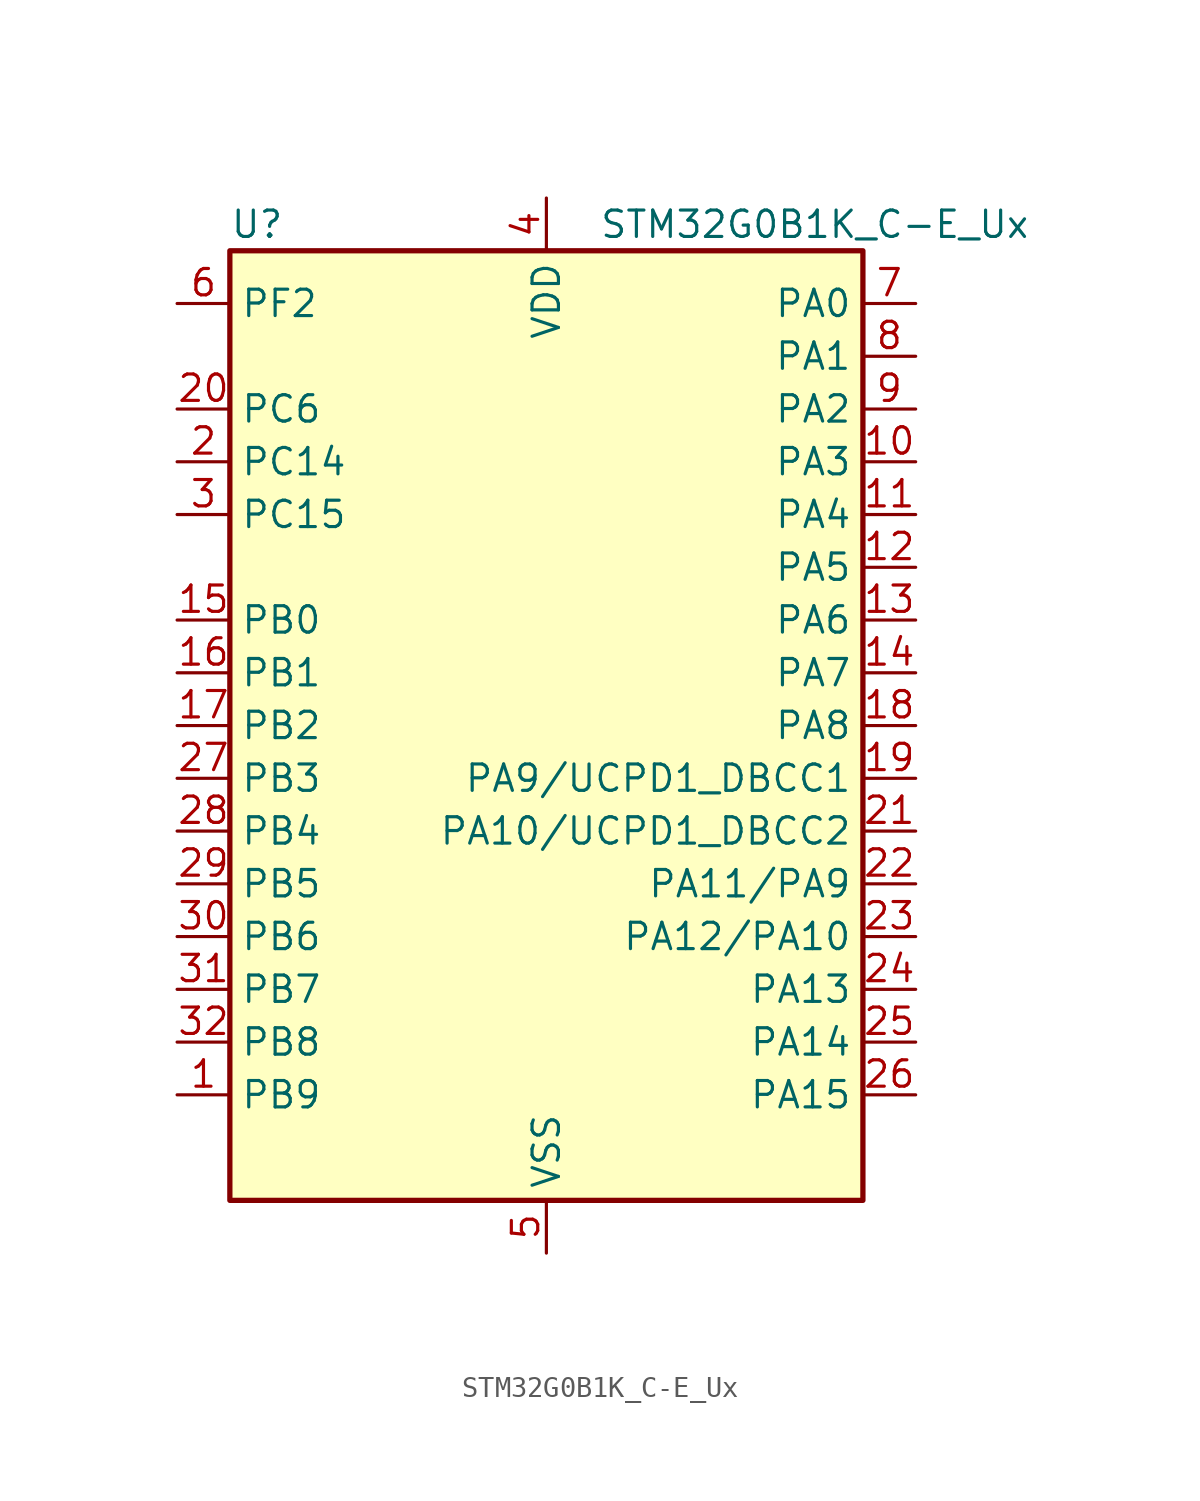
<source format=kicad_sym>
(kicad_symbol_lib
  (version 20211014)
  (generator kicad-library-utils)
  (symbol "STM32G0B1K_C-E_Ux"
    (property "Reference" "U"
      (at -15.24 24.13 0)
      (effects (font (size 1.27 1.27)) (justify left)))
    (property "Value" "STM32G0B1K_C-E_Ux"
      (at 2.54 24.13 0)
      (effects (font (size 1.27 1.27)) (justify left)))
    (property "ki_fp_filters" "QFN*1EP*5x5mm*P0.5mm*"
      (at 0.0 0.0 0.0)
      (effects (font (size 1.27 1.27))))
    (symbol "STM32G0B1K_C-E_Ux_0_1"
      (rectangle (start -15.24 -22.86) (end 15.24 22.86) (stroke (width 0.254)) (fill (type background))))
    (symbol "STM32G0B1K_C-E_Ux_1_1"
      (pin bidirectional line (at -17.78 20.32 0) (length 2.54) (name "PF2" (effects (font (size 1.27 1.27)))) (number "6" (effects (font (size 1.27 1.27)))) (alternate "LPUART2_DE" bidirectional line) (alternate "LPUART2_RTS" bidirectional line) (alternate "LPUART2_TX" bidirectional line) (alternate "RCC_MCO" bidirectional line))
      (pin bidirectional line (at -17.78 15.24 0) (length 2.54) (name "PC6" (effects (font (size 1.27 1.27)))) (number "20" (effects (font (size 1.27 1.27)))) (alternate "LPUART2_TX" bidirectional line) (alternate "TIM2_CH3" bidirectional line) (alternate "TIM3_CH1" bidirectional line) (alternate "UCPD1_FRSTX1" bidirectional line) (alternate "UCPD1_FRSTX2" bidirectional line))
      (pin bidirectional line (at -17.78 12.7 0) (length 2.54) (name "PC14" (effects (font (size 1.27 1.27)))) (number "2" (effects (font (size 1.27 1.27)))) (alternate "RCC_OSC32_IN" bidirectional line) (alternate "RCC_OSC_IN" bidirectional line) (alternate "TIM1_BK2" bidirectional line))
      (pin bidirectional line (at -17.78 10.16 0) (length 2.54) (name "PC15" (effects (font (size 1.27 1.27)))) (number "3" (effects (font (size 1.27 1.27)))) (alternate "RCC_OSC32_EN" bidirectional line) (alternate "RCC_OSC32_OUT" bidirectional line) (alternate "RCC_OSC_EN" bidirectional line) (alternate "TIM15_BK" bidirectional line))
      (pin bidirectional line (at -17.78 5.08 0) (length 2.54) (name "PB0" (effects (font (size 1.27 1.27)))) (number "15" (effects (font (size 1.27 1.27)))) (alternate "ADC1_IN8" bidirectional line) (alternate "COMP1_OUT" bidirectional line) (alternate "COMP3_INP" bidirectional line) (alternate "FDCAN2_RX" bidirectional line) (alternate "I2S1_WS" bidirectional line) (alternate "LPTIM1_OUT" bidirectional line) (alternate "LPUART2_CTS" bidirectional line) (alternate "SPI1_NSS" bidirectional line) (alternate "TIM1_CH2N" bidirectional line) (alternate "TIM3_CH3" bidirectional line) (alternate "UCPD1_FRSTX1" bidirectional line) (alternate "UCPD1_FRSTX2" bidirectional line) (alternate "USART3_RX" bidirectional line) (alternate "USART5_TX" bidirectional line))
      (pin bidirectional line (at -17.78 2.54 0) (length 2.54) (name "PB1" (effects (font (size 1.27 1.27)))) (number "16" (effects (font (size 1.27 1.27)))) (alternate "ADC1_IN9" bidirectional line) (alternate "COMP1_INM" bidirectional line) (alternate "COMP3_OUT" bidirectional line) (alternate "FDCAN2_TX" bidirectional line) (alternate "LPTIM2_IN1" bidirectional line) (alternate "LPUART1_DE" bidirectional line) (alternate "LPUART1_RTS" bidirectional line) (alternate "LPUART2_DE" bidirectional line) (alternate "LPUART2_RTS" bidirectional line) (alternate "TIM14_CH1" bidirectional line) (alternate "TIM1_CH3N" bidirectional line) (alternate "TIM3_CH4" bidirectional line) (alternate "USART3_CK" bidirectional line) (alternate "USART3_DE" bidirectional line) (alternate "USART3_RTS" bidirectional line) (alternate "USART5_RX" bidirectional line))
      (pin bidirectional line (at -17.78 0.0 0) (length 2.54) (name "PB2" (effects (font (size 1.27 1.27)))) (number "17" (effects (font (size 1.27 1.27)))) (alternate "ADC1_IN10" bidirectional line) (alternate "COMP1_INP" bidirectional line) (alternate "COMP3_INM" bidirectional line) (alternate "I2S2_MCK" bidirectional line) (alternate "LPTIM1_OUT" bidirectional line) (alternate "RCC_MCO_2" bidirectional line) (alternate "SPI2_MISO" bidirectional line) (alternate "USART3_TX" bidirectional line))
      (pin bidirectional line (at -17.78 -2.54 0) (length 2.54) (name "PB3" (effects (font (size 1.27 1.27)))) (number "27" (effects (font (size 1.27 1.27)))) (alternate "COMP2_INM" bidirectional line) (alternate "I2C2_SCL" bidirectional line) (alternate "I2C3_SCL" bidirectional line) (alternate "I2S1_CK" bidirectional line) (alternate "SPI1_SCK" bidirectional line) (alternate "SPI3_SCK" bidirectional line) (alternate "TIM1_CH2" bidirectional line) (alternate "TIM2_CH2" bidirectional line) (alternate "USART1_CK" bidirectional line) (alternate "USART1_DE" bidirectional line) (alternate "USART1_RTS" bidirectional line) (alternate "USART5_TX" bidirectional line))
      (pin bidirectional line (at -17.78 -5.08 0) (length 2.54) (name "PB4" (effects (font (size 1.27 1.27)))) (number "28" (effects (font (size 1.27 1.27)))) (alternate "COMP2_INP" bidirectional line) (alternate "I2C2_SDA" bidirectional line) (alternate "I2C3_SDA" bidirectional line) (alternate "I2S1_MCK" bidirectional line) (alternate "SPI1_MISO" bidirectional line) (alternate "SPI3_MISO" bidirectional line) (alternate "TIM17_BK" bidirectional line) (alternate "TIM3_CH1" bidirectional line) (alternate "USART1_CTS" bidirectional line) (alternate "USART1_NSS" bidirectional line) (alternate "USART5_RX" bidirectional line))
      (pin bidirectional line (at -17.78 -7.62 0) (length 2.54) (name "PB5" (effects (font (size 1.27 1.27)))) (number "29" (effects (font (size 1.27 1.27)))) (alternate "COMP2_OUT" bidirectional line) (alternate "FDCAN2_RX" bidirectional line) (alternate "I2C1_SMBA" bidirectional line) (alternate "I2S1_SD" bidirectional line) (alternate "LPTIM1_IN1" bidirectional line) (alternate "SPI1_MOSI" bidirectional line) (alternate "SPI3_MOSI" bidirectional line) (alternate "SYS_WKUP6" bidirectional line) (alternate "TIM16_BK" bidirectional line) (alternate "TIM3_CH2" bidirectional line) (alternate "USART5_CK" bidirectional line) (alternate "USART5_DE" bidirectional line) (alternate "USART5_RTS" bidirectional line))
      (pin bidirectional line (at -17.78 -10.16 0) (length 2.54) (name "PB6" (effects (font (size 1.27 1.27)))) (number "30" (effects (font (size 1.27 1.27)))) (alternate "COMP2_INP" bidirectional line) (alternate "FDCAN2_TX" bidirectional line) (alternate "I2C1_SCL" bidirectional line) (alternate "I2S2_MCK" bidirectional line) (alternate "LPTIM1_ETR" bidirectional line) (alternate "LPUART2_TX" bidirectional line) (alternate "SPI2_MISO" bidirectional line) (alternate "TIM16_CH1N" bidirectional line) (alternate "TIM1_CH3" bidirectional line) (alternate "TIM4_CH1" bidirectional line) (alternate "USART1_TX" bidirectional line) (alternate "USART5_CTS" bidirectional line) (alternate "USART5_NSS" bidirectional line))
      (pin bidirectional line (at -17.78 -12.7 0) (length 2.54) (name "PB7" (effects (font (size 1.27 1.27)))) (number "31" (effects (font (size 1.27 1.27)))) (alternate "COMP2_INM" bidirectional line) (alternate "I2C1_SDA" bidirectional line) (alternate "I2S2_SD" bidirectional line) (alternate "LPTIM1_IN2" bidirectional line) (alternate "LPUART2_RX" bidirectional line) (alternate "SPI2_MOSI" bidirectional line) (alternate "SYS_PVD_IN" bidirectional line) (alternate "TIM17_CH1N" bidirectional line) (alternate "TIM4_CH2" bidirectional line) (alternate "USART1_RX" bidirectional line) (alternate "USART4_CTS" bidirectional line) (alternate "USART4_NSS" bidirectional line))
      (pin bidirectional line (at -17.78 -15.24 0) (length 2.54) (name "PB8" (effects (font (size 1.27 1.27)))) (number "32" (effects (font (size 1.27 1.27)))) (alternate "CEC" bidirectional line) (alternate "FDCAN1_RX" bidirectional line) (alternate "I2C1_SCL" bidirectional line) (alternate "I2S2_CK" bidirectional line) (alternate "SPI2_SCK" bidirectional line) (alternate "TIM15_BK" bidirectional line) (alternate "TIM16_CH1" bidirectional line) (alternate "TIM4_CH3" bidirectional line) (alternate "USART3_TX" bidirectional line) (alternate "USART6_TX" bidirectional line))
      (pin bidirectional line (at -17.78 -17.78 0) (length 2.54) (name "PB9" (effects (font (size 1.27 1.27)))) (number "1" (effects (font (size 1.27 1.27)))) (alternate "DAC1_EXTI9" bidirectional line) (alternate "FDCAN1_TX" bidirectional line) (alternate "I2C1_SDA" bidirectional line) (alternate "I2S2_WS" bidirectional line) (alternate "IR_OUT" bidirectional line) (alternate "SPI2_NSS" bidirectional line) (alternate "TIM17_CH1" bidirectional line) (alternate "TIM4_CH4" bidirectional line) (alternate "USART3_RX" bidirectional line) (alternate "USART6_RX" bidirectional line))
      (pin bidirectional line (at 17.78 20.32 180) (length 2.54) (name "PA0" (effects (font (size 1.27 1.27)))) (number "7" (effects (font (size 1.27 1.27)))) (alternate "ADC1_IN0" bidirectional line) (alternate "COMP1_INM" bidirectional line) (alternate "COMP1_OUT" bidirectional line) (alternate "I2S2_CK" bidirectional line) (alternate "LPTIM1_OUT" bidirectional line) (alternate "RTC_TAMP_IN2" bidirectional line) (alternate "SPI2_SCK" bidirectional line) (alternate "SYS_WKUP1" bidirectional line) (alternate "TIM2_CH1" bidirectional line) (alternate "TIM2_ETR" bidirectional line) (alternate "USART2_CTS" bidirectional line) (alternate "USART2_NSS" bidirectional line) (alternate "USART4_TX" bidirectional line))
      (pin bidirectional line (at 17.78 17.78 180) (length 2.54) (name "PA1" (effects (font (size 1.27 1.27)))) (number "8" (effects (font (size 1.27 1.27)))) (alternate "ADC1_IN1" bidirectional line) (alternate "COMP1_INP" bidirectional line) (alternate "I2C1_SMBA" bidirectional line) (alternate "I2S1_CK" bidirectional line) (alternate "SPI1_SCK" bidirectional line) (alternate "TIM15_CH1N" bidirectional line) (alternate "TIM2_CH2" bidirectional line) (alternate "USART2_CK" bidirectional line) (alternate "USART2_DE" bidirectional line) (alternate "USART2_RTS" bidirectional line) (alternate "USART4_RX" bidirectional line))
      (pin bidirectional line (at 17.78 15.24 180) (length 2.54) (name "PA2" (effects (font (size 1.27 1.27)))) (number "9" (effects (font (size 1.27 1.27)))) (alternate "ADC1_IN2" bidirectional line) (alternate "COMP2_INM" bidirectional line) (alternate "COMP2_OUT" bidirectional line) (alternate "I2S1_SD" bidirectional line) (alternate "LPUART1_TX" bidirectional line) (alternate "RCC_LSCO" bidirectional line) (alternate "SPI1_MOSI" bidirectional line) (alternate "SYS_WKUP4" bidirectional line) (alternate "TIM15_CH1" bidirectional line) (alternate "TIM2_CH3" bidirectional line) (alternate "UCPD1_FRSTX1" bidirectional line) (alternate "UCPD1_FRSTX2" bidirectional line) (alternate "USART2_TX" bidirectional line))
      (pin bidirectional line (at 17.78 12.7 180) (length 2.54) (name "PA3" (effects (font (size 1.27 1.27)))) (number "10" (effects (font (size 1.27 1.27)))) (alternate "ADC1_IN3" bidirectional line) (alternate "COMP2_INP" bidirectional line) (alternate "I2S2_MCK" bidirectional line) (alternate "LPUART1_RX" bidirectional line) (alternate "SPI2_MISO" bidirectional line) (alternate "TIM15_CH2" bidirectional line) (alternate "TIM2_CH4" bidirectional line) (alternate "USART2_RX" bidirectional line))
      (pin bidirectional line (at 17.78 10.16 180) (length 2.54) (name "PA4" (effects (font (size 1.27 1.27)))) (number "11" (effects (font (size 1.27 1.27)))) (alternate "ADC1_IN4" bidirectional line) (alternate "DAC1_OUT1" bidirectional line) (alternate "I2S1_WS" bidirectional line) (alternate "I2S2_SD" bidirectional line) (alternate "LPTIM2_OUT" bidirectional line) (alternate "RTC_OUT1" bidirectional line) (alternate "RTC_TAMP_IN1" bidirectional line) (alternate "RTC_TS" bidirectional line) (alternate "SPI1_NSS" bidirectional line) (alternate "SPI2_MOSI" bidirectional line) (alternate "SPI3_NSS" bidirectional line) (alternate "SYS_WKUP2" bidirectional line) (alternate "TIM14_CH1" bidirectional line) (alternate "USART6_TX" bidirectional line) (alternate "USB_NOE" bidirectional line))
      (pin bidirectional line (at 17.78 7.62 180) (length 2.54) (name "PA5" (effects (font (size 1.27 1.27)))) (number "12" (effects (font (size 1.27 1.27)))) (alternate "ADC1_IN5" bidirectional line) (alternate "CEC" bidirectional line) (alternate "DAC1_OUT2" bidirectional line) (alternate "I2S1_CK" bidirectional line) (alternate "LPTIM2_ETR" bidirectional line) (alternate "SPI1_SCK" bidirectional line) (alternate "TIM2_CH1" bidirectional line) (alternate "TIM2_ETR" bidirectional line) (alternate "UCPD1_FRSTX1" bidirectional line) (alternate "UCPD1_FRSTX2" bidirectional line) (alternate "USART3_TX" bidirectional line) (alternate "USART6_RX" bidirectional line))
      (pin bidirectional line (at 17.78 5.08 180) (length 2.54) (name "PA6" (effects (font (size 1.27 1.27)))) (number "13" (effects (font (size 1.27 1.27)))) (alternate "ADC1_IN6" bidirectional line) (alternate "COMP1_OUT" bidirectional line) (alternate "I2C2_SDA" bidirectional line) (alternate "I2C3_SDA" bidirectional line) (alternate "I2S1_MCK" bidirectional line) (alternate "LPUART1_CTS" bidirectional line) (alternate "SPI1_MISO" bidirectional line) (alternate "TIM16_CH1" bidirectional line) (alternate "TIM1_BK" bidirectional line) (alternate "TIM3_CH1" bidirectional line) (alternate "USART3_CTS" bidirectional line) (alternate "USART3_NSS" bidirectional line) (alternate "USART6_CTS" bidirectional line) (alternate "USART6_NSS" bidirectional line))
      (pin bidirectional line (at 17.78 2.54 180) (length 2.54) (name "PA7" (effects (font (size 1.27 1.27)))) (number "14" (effects (font (size 1.27 1.27)))) (alternate "ADC1_IN7" bidirectional line) (alternate "COMP2_OUT" bidirectional line) (alternate "I2C2_SCL" bidirectional line) (alternate "I2C3_SCL" bidirectional line) (alternate "I2S1_SD" bidirectional line) (alternate "SPI1_MOSI" bidirectional line) (alternate "TIM14_CH1" bidirectional line) (alternate "TIM17_CH1" bidirectional line) (alternate "TIM1_CH1N" bidirectional line) (alternate "TIM3_CH2" bidirectional line) (alternate "UCPD1_FRSTX1" bidirectional line) (alternate "UCPD1_FRSTX2" bidirectional line) (alternate "USART6_CK" bidirectional line) (alternate "USART6_DE" bidirectional line) (alternate "USART6_RTS" bidirectional line))
      (pin bidirectional line (at 17.78 0.0 180) (length 2.54) (name "PA8" (effects (font (size 1.27 1.27)))) (number "18" (effects (font (size 1.27 1.27)))) (alternate "CRS1_SYNC" bidirectional line) (alternate "I2C2_SMBA" bidirectional line) (alternate "I2S2_WS" bidirectional line) (alternate "LPTIM2_OUT" bidirectional line) (alternate "RCC_MCO" bidirectional line) (alternate "SPI2_NSS" bidirectional line) (alternate "TIM1_CH1" bidirectional line) (alternate "UCPD1_CC1" bidirectional line))
      (pin bidirectional line (at 17.78 -2.54 180) (length 2.54) (name "PA9/UCPD1_DBCC1" (effects (font (size 1.27 1.27)))) (number "19" (effects (font (size 1.27 1.27)))) (alternate "DAC1_EXTI9" bidirectional line) (alternate "I2C1_SCL" bidirectional line) (alternate "I2C2_SCL" bidirectional line) (alternate "I2S2_MCK" bidirectional line) (alternate "RCC_MCO" bidirectional line) (alternate "SPI2_MISO" bidirectional line) (alternate "TIM15_BK" bidirectional line) (alternate "TIM1_CH2" bidirectional line) (alternate "UCPD1_DBCC1" bidirectional line) (alternate "USART1_TX" bidirectional line))
      (pin bidirectional line (at 17.78 -5.08 180) (length 2.54) (name "PA10/UCPD1_DBCC2" (effects (font (size 1.27 1.27)))) (number "21" (effects (font (size 1.27 1.27)))) (alternate "I2C1_SDA" bidirectional line) (alternate "I2C2_SDA" bidirectional line) (alternate "I2S2_SD" bidirectional line) (alternate "RCC_MCO_2" bidirectional line) (alternate "SPI2_MOSI" bidirectional line) (alternate "TIM17_BK" bidirectional line) (alternate "TIM1_CH3" bidirectional line) (alternate "UCPD1_DBCC2" bidirectional line) (alternate "USART1_RX" bidirectional line))
      (pin bidirectional line (at 17.78 -7.62 180) (length 2.54) (name "PA11/PA9" (effects (font (size 1.27 1.27)))) (number "22" (effects (font (size 1.27 1.27)))) (alternate "ADC1_EXTI11" bidirectional line) (alternate "COMP1_OUT" bidirectional line) (alternate "FDCAN1_RX" bidirectional line) (alternate "I2C2_SCL" bidirectional line) (alternate "I2S1_MCK" bidirectional line) (alternate "SPI1_MISO" bidirectional line) (alternate "TIM1_BK2" bidirectional line) (alternate "TIM1_CH4" bidirectional line) (alternate "USART1_CTS" bidirectional line) (alternate "USART1_NSS" bidirectional line) (alternate "USB_DM" bidirectional line))
      (pin bidirectional line (at 17.78 -10.16 180) (length 2.54) (name "PA12/PA10" (effects (font (size 1.27 1.27)))) (number "23" (effects (font (size 1.27 1.27)))) (alternate "COMP2_OUT" bidirectional line) (alternate "FDCAN1_TX" bidirectional line) (alternate "I2C2_SDA" bidirectional line) (alternate "I2S1_SD" bidirectional line) (alternate "I2S_CKIN" bidirectional line) (alternate "SPI1_MOSI" bidirectional line) (alternate "TIM1_ETR" bidirectional line) (alternate "USART1_CK" bidirectional line) (alternate "USART1_DE" bidirectional line) (alternate "USART1_RTS" bidirectional line) (alternate "USB_DP" bidirectional line))
      (pin bidirectional line (at 17.78 -12.7 180) (length 2.54) (name "PA13" (effects (font (size 1.27 1.27)))) (number "24" (effects (font (size 1.27 1.27)))) (alternate "IR_OUT" bidirectional line) (alternate "LPUART2_RX" bidirectional line) (alternate "SYS_SWDIO" bidirectional line) (alternate "USB_NOE" bidirectional line))
      (pin bidirectional line (at 17.78 -15.24 180) (length 2.54) (name "PA14" (effects (font (size 1.27 1.27)))) (number "25" (effects (font (size 1.27 1.27)))) (alternate "LPUART2_TX" bidirectional line) (alternate "SYS_SWCLK" bidirectional line) (alternate "USART2_TX" bidirectional line))
      (pin bidirectional line (at 17.78 -17.78 180) (length 2.54) (name "PA15" (effects (font (size 1.27 1.27)))) (number "26" (effects (font (size 1.27 1.27)))) (alternate "I2C2_SMBA" bidirectional line) (alternate "I2S1_WS" bidirectional line) (alternate "RCC_MCO_2" bidirectional line) (alternate "SPI1_NSS" bidirectional line) (alternate "SPI3_NSS" bidirectional line) (alternate "TIM2_CH1" bidirectional line) (alternate "TIM2_ETR" bidirectional line) (alternate "USART2_RX" bidirectional line) (alternate "USART3_CK" bidirectional line) (alternate "USART3_DE" bidirectional line) (alternate "USART3_RTS" bidirectional line) (alternate "USART4_CK" bidirectional line) (alternate "USART4_DE" bidirectional line) (alternate "USART4_RTS" bidirectional line) (alternate "USB_NOE" bidirectional line))
      (pin power_in line (at 0.0 25.4 270) (length 2.54) (name "VDD" (effects (font (size 1.27 1.27)))) (number "4" (effects (font (size 1.27 1.27)))))
      (pin power_in line (at 0.0 -25.4 90) (length 2.54) (name "VSS" (effects (font (size 1.27 1.27)))) (number "5" (effects (font (size 1.27 1.27)))))
      (pin passive line (at 0.0 -25.4 90) (length 2.54) hide (name "VSS" (effects (font (size 1.27 1.27)))) (number "33" (effects (font (size 1.27 1.27))))))))
</source>
